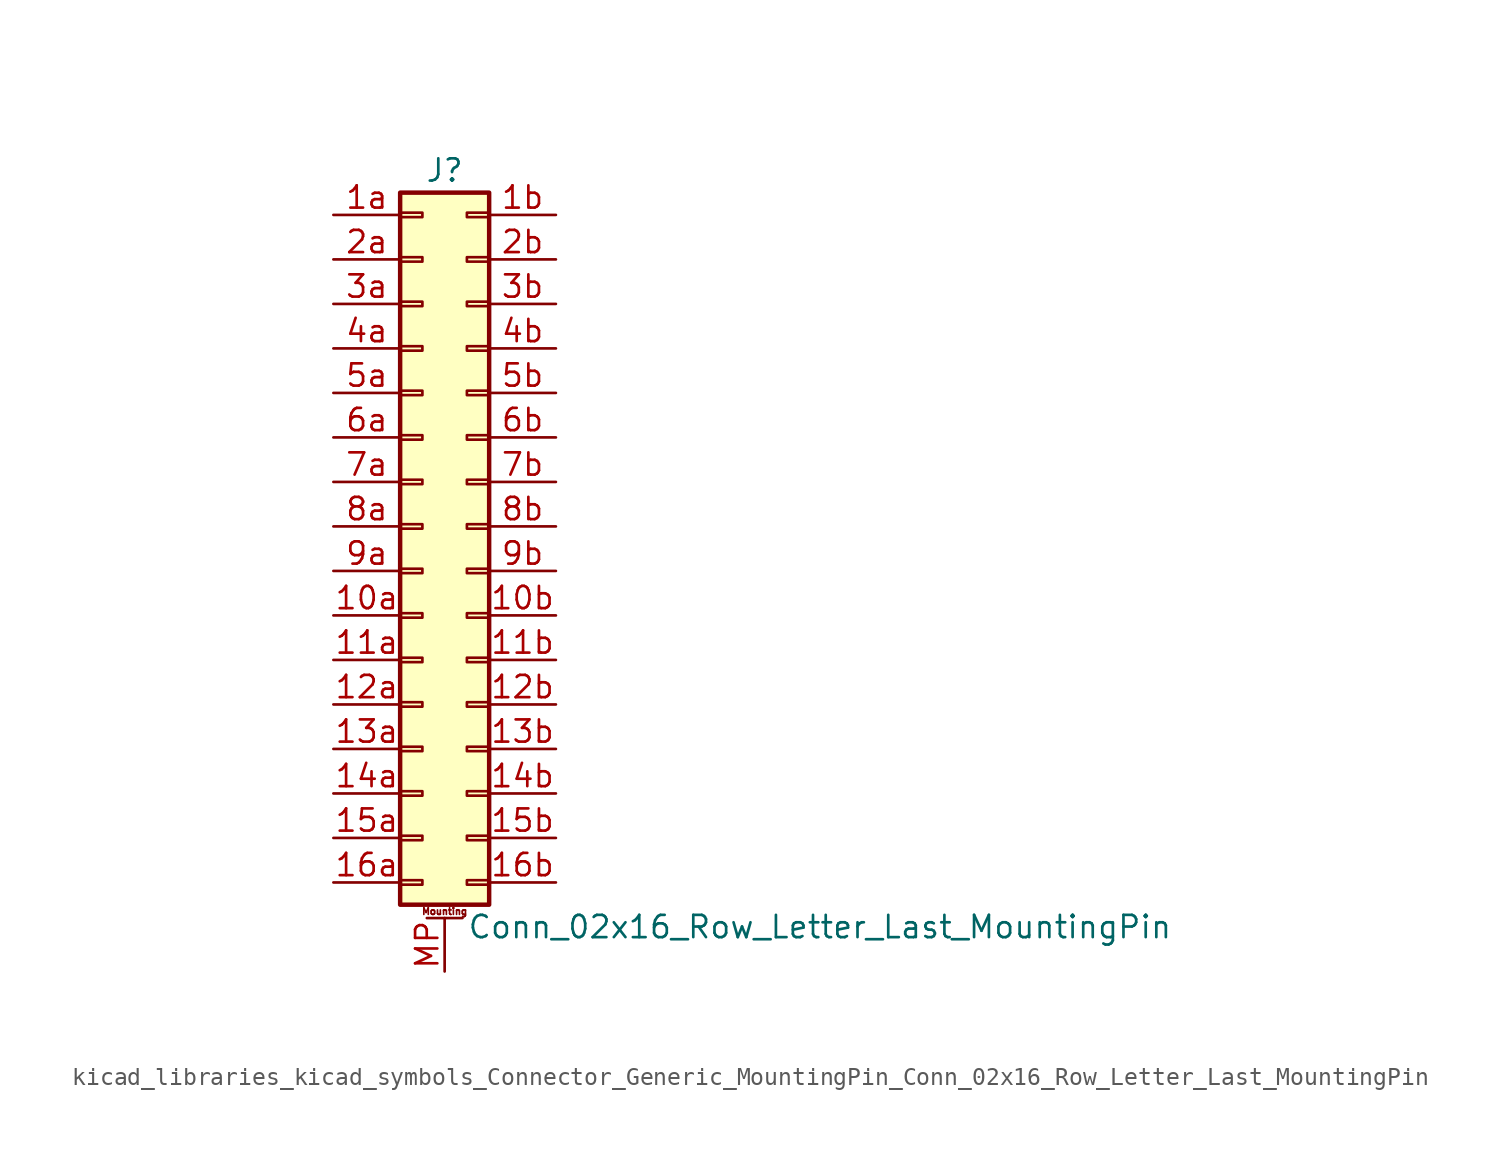
<source format=kicad_sym>
(kicad_symbol_lib
  (version 20220914)
  (generator kicad_symbol_editor)
  (symbol "kicad_libraries_kicad_symbols_Connector_Generic_MountingPin_Conn_02x16_Row_Letter_Last_MountingPin"
    (pin_names
      (offset 1.016) hide)
    (property "Reference" "J"
      (at 1.27 20.32 0)
      (effects (font (size 1.27 1.27))))
    (property "Value" "Conn_02x16_Row_Letter_Last_MountingPin"
      (at 2.54 -22.86 0)
      (effects (font (size 1.27 1.27)) (justify left)))
    (symbol "kicad_libraries_kicad_symbols_Connector_Generic_MountingPin_Conn_02x16_Row_Letter_Last_MountingPin_1_1"
      (rectangle (start -1.27 -20.193) (end 0 -20.447) (stroke (width 0.152) (type default)) (fill (type none)))
      (rectangle (start -1.27 -17.653) (end 0 -17.907) (stroke (width 0.152) (type default)) (fill (type none)))
      (rectangle (start -1.27 -15.113) (end 0 -15.367) (stroke (width 0.152) (type default)) (fill (type none)))
      (rectangle (start -1.27 -12.573) (end 0 -12.827) (stroke (width 0.152) (type default)) (fill (type none)))
      (rectangle (start -1.27 -10.033) (end 0 -10.287) (stroke (width 0.152) (type default)) (fill (type none)))
      (rectangle (start -1.27 -7.493) (end 0 -7.747) (stroke (width 0.152) (type default)) (fill (type none)))
      (rectangle (start -1.27 -4.953) (end 0 -5.207) (stroke (width 0.152) (type default)) (fill (type none)))
      (rectangle (start -1.27 -2.413) (end 0 -2.667) (stroke (width 0.152) (type default)) (fill (type none)))
      (rectangle (start -1.27 0.127) (end 0 -0.127) (stroke (width 0.152) (type default)) (fill (type none)))
      (rectangle (start -1.27 2.667) (end 0 2.413) (stroke (width 0.152) (type default)) (fill (type none)))
      (rectangle (start -1.27 5.207) (end 0 4.953) (stroke (width 0.152) (type default)) (fill (type none)))
      (rectangle (start -1.27 7.747) (end 0 7.493) (stroke (width 0.152) (type default)) (fill (type none)))
      (rectangle (start -1.27 10.287) (end 0 10.033) (stroke (width 0.152) (type default)) (fill (type none)))
      (rectangle (start -1.27 12.827) (end 0 12.573) (stroke (width 0.152) (type default)) (fill (type none)))
      (rectangle (start -1.27 15.367) (end 0 15.113) (stroke (width 0.152) (type default)) (fill (type none)))
      (rectangle (start -1.27 17.907) (end 0 17.653) (stroke (width 0.152) (type default)) (fill (type none)))
      (rectangle (start -1.27 19.05) (end 3.81 -21.59) (stroke (width 0.254) (type default)) (fill (type background)))
      (polyline (pts (xy 0.254 -22.352) (xy 2.286 -22.352)) (stroke (width 0.152) (type default)) (fill (type none)))
      (rectangle (start 3.81 -20.193) (end 2.54 -20.447) (stroke (width 0.152) (type default)) (fill (type none)))
      (rectangle (start 3.81 -17.653) (end 2.54 -17.907) (stroke (width 0.152) (type default)) (fill (type none)))
      (rectangle (start 3.81 -15.113) (end 2.54 -15.367) (stroke (width 0.152) (type default)) (fill (type none)))
      (rectangle (start 3.81 -12.573) (end 2.54 -12.827) (stroke (width 0.152) (type default)) (fill (type none)))
      (rectangle (start 3.81 -10.033) (end 2.54 -10.287) (stroke (width 0.152) (type default)) (fill (type none)))
      (rectangle (start 3.81 -7.493) (end 2.54 -7.747) (stroke (width 0.152) (type default)) (fill (type none)))
      (rectangle (start 3.81 -4.953) (end 2.54 -5.207) (stroke (width 0.152) (type default)) (fill (type none)))
      (rectangle (start 3.81 -2.413) (end 2.54 -2.667) (stroke (width 0.152) (type default)) (fill (type none)))
      (rectangle (start 3.81 0.127) (end 2.54 -0.127) (stroke (width 0.152) (type default)) (fill (type none)))
      (rectangle (start 3.81 2.667) (end 2.54 2.413) (stroke (width 0.152) (type default)) (fill (type none)))
      (rectangle (start 3.81 5.207) (end 2.54 4.953) (stroke (width 0.152) (type default)) (fill (type none)))
      (rectangle (start 3.81 7.747) (end 2.54 7.493) (stroke (width 0.152) (type default)) (fill (type none)))
      (rectangle (start 3.81 10.287) (end 2.54 10.033) (stroke (width 0.152) (type default)) (fill (type none)))
      (rectangle (start 3.81 12.827) (end 2.54 12.573) (stroke (width 0.152) (type default)) (fill (type none)))
      (rectangle (start 3.81 15.367) (end 2.54 15.113) (stroke (width 0.152) (type default)) (fill (type none)))
      (rectangle (start 3.81 17.907) (end 2.54 17.653) (stroke (width 0.152) (type default)) (fill (type none)))
      (text "Mounting" (at 1.27 -21.971 0) (effects (font (size 0.381 0.381))))
      (pin passive line (at -5.08 -5.08 0) (length 3.81) (name "Pin_10a" (effects (font (size 1.27 1.27)))) (number "10a" (effects (font (size 1.27 1.27)))))
      (pin passive line (at 7.62 -5.08 180) (length 3.81) (name "Pin_10b" (effects (font (size 1.27 1.27)))) (number "10b" (effects (font (size 1.27 1.27)))))
      (pin passive line (at -5.08 -7.62 0) (length 3.81) (name "Pin_11a" (effects (font (size 1.27 1.27)))) (number "11a" (effects (font (size 1.27 1.27)))))
      (pin passive line (at 7.62 -7.62 180) (length 3.81) (name "Pin_11b" (effects (font (size 1.27 1.27)))) (number "11b" (effects (font (size 1.27 1.27)))))
      (pin passive line (at -5.08 -10.16 0) (length 3.81) (name "Pin_12a" (effects (font (size 1.27 1.27)))) (number "12a" (effects (font (size 1.27 1.27)))))
      (pin passive line (at 7.62 -10.16 180) (length 3.81) (name "Pin_12b" (effects (font (size 1.27 1.27)))) (number "12b" (effects (font (size 1.27 1.27)))))
      (pin passive line (at -5.08 -12.7 0) (length 3.81) (name "Pin_13a" (effects (font (size 1.27 1.27)))) (number "13a" (effects (font (size 1.27 1.27)))))
      (pin passive line (at 7.62 -12.7 180) (length 3.81) (name "Pin_13b" (effects (font (size 1.27 1.27)))) (number "13b" (effects (font (size 1.27 1.27)))))
      (pin passive line (at -5.08 -15.24 0) (length 3.81) (name "Pin_14a" (effects (font (size 1.27 1.27)))) (number "14a" (effects (font (size 1.27 1.27)))))
      (pin passive line (at 7.62 -15.24 180) (length 3.81) (name "Pin_14b" (effects (font (size 1.27 1.27)))) (number "14b" (effects (font (size 1.27 1.27)))))
      (pin passive line (at -5.08 -17.78 0) (length 3.81) (name "Pin_15a" (effects (font (size 1.27 1.27)))) (number "15a" (effects (font (size 1.27 1.27)))))
      (pin passive line (at 7.62 -17.78 180) (length 3.81) (name "Pin_15b" (effects (font (size 1.27 1.27)))) (number "15b" (effects (font (size 1.27 1.27)))))
      (pin passive line (at -5.08 -20.32 0) (length 3.81) (name "Pin_16a" (effects (font (size 1.27 1.27)))) (number "16a" (effects (font (size 1.27 1.27)))))
      (pin passive line (at 7.62 -20.32 180) (length 3.81) (name "Pin_16b" (effects (font (size 1.27 1.27)))) (number "16b" (effects (font (size 1.27 1.27)))))
      (pin passive line (at -5.08 17.78 0) (length 3.81) (name "Pin_1a" (effects (font (size 1.27 1.27)))) (number "1a" (effects (font (size 1.27 1.27)))))
      (pin passive line (at 7.62 17.78 180) (length 3.81) (name "Pin_1b" (effects (font (size 1.27 1.27)))) (number "1b" (effects (font (size 1.27 1.27)))))
      (pin passive line (at -5.08 15.24 0) (length 3.81) (name "Pin_2a" (effects (font (size 1.27 1.27)))) (number "2a" (effects (font (size 1.27 1.27)))))
      (pin passive line (at 7.62 15.24 180) (length 3.81) (name "Pin_2b" (effects (font (size 1.27 1.27)))) (number "2b" (effects (font (size 1.27 1.27)))))
      (pin passive line (at -5.08 12.7 0) (length 3.81) (name "Pin_3a" (effects (font (size 1.27 1.27)))) (number "3a" (effects (font (size 1.27 1.27)))))
      (pin passive line (at 7.62 12.7 180) (length 3.81) (name "Pin_3b" (effects (font (size 1.27 1.27)))) (number "3b" (effects (font (size 1.27 1.27)))))
      (pin passive line (at -5.08 10.16 0) (length 3.81) (name "Pin_4a" (effects (font (size 1.27 1.27)))) (number "4a" (effects (font (size 1.27 1.27)))))
      (pin passive line (at 7.62 10.16 180) (length 3.81) (name "Pin_4b" (effects (font (size 1.27 1.27)))) (number "4b" (effects (font (size 1.27 1.27)))))
      (pin passive line (at -5.08 7.62 0) (length 3.81) (name "Pin_5a" (effects (font (size 1.27 1.27)))) (number "5a" (effects (font (size 1.27 1.27)))))
      (pin passive line (at 7.62 7.62 180) (length 3.81) (name "Pin_5b" (effects (font (size 1.27 1.27)))) (number "5b" (effects (font (size 1.27 1.27)))))
      (pin passive line (at -5.08 5.08 0) (length 3.81) (name "Pin_6a" (effects (font (size 1.27 1.27)))) (number "6a" (effects (font (size 1.27 1.27)))))
      (pin passive line (at 7.62 5.08 180) (length 3.81) (name "Pin_6b" (effects (font (size 1.27 1.27)))) (number "6b" (effects (font (size 1.27 1.27)))))
      (pin passive line (at -5.08 2.54 0) (length 3.81) (name "Pin_7a" (effects (font (size 1.27 1.27)))) (number "7a" (effects (font (size 1.27 1.27)))))
      (pin passive line (at 7.62 2.54 180) (length 3.81) (name "Pin_7b" (effects (font (size 1.27 1.27)))) (number "7b" (effects (font (size 1.27 1.27)))))
      (pin passive line (at -5.08 0 0) (length 3.81) (name "Pin_8a" (effects (font (size 1.27 1.27)))) (number "8a" (effects (font (size 1.27 1.27)))))
      (pin passive line (at 7.62 0 180) (length 3.81) (name "Pin_8b" (effects (font (size 1.27 1.27)))) (number "8b" (effects (font (size 1.27 1.27)))))
      (pin passive line (at -5.08 -2.54 0) (length 3.81) (name "Pin_9a" (effects (font (size 1.27 1.27)))) (number "9a" (effects (font (size 1.27 1.27)))))
      (pin passive line (at 7.62 -2.54 180) (length 3.81) (name "Pin_9b" (effects (font (size 1.27 1.27)))) (number "9b" (effects (font (size 1.27 1.27)))))
      (pin passive line (at 1.27 -25.4 90) (length 3.048) (name "MountPin" (effects (font (size 1.27 1.27)))) (number "MP" (effects (font (size 1.27 1.27))))))))
</source>
